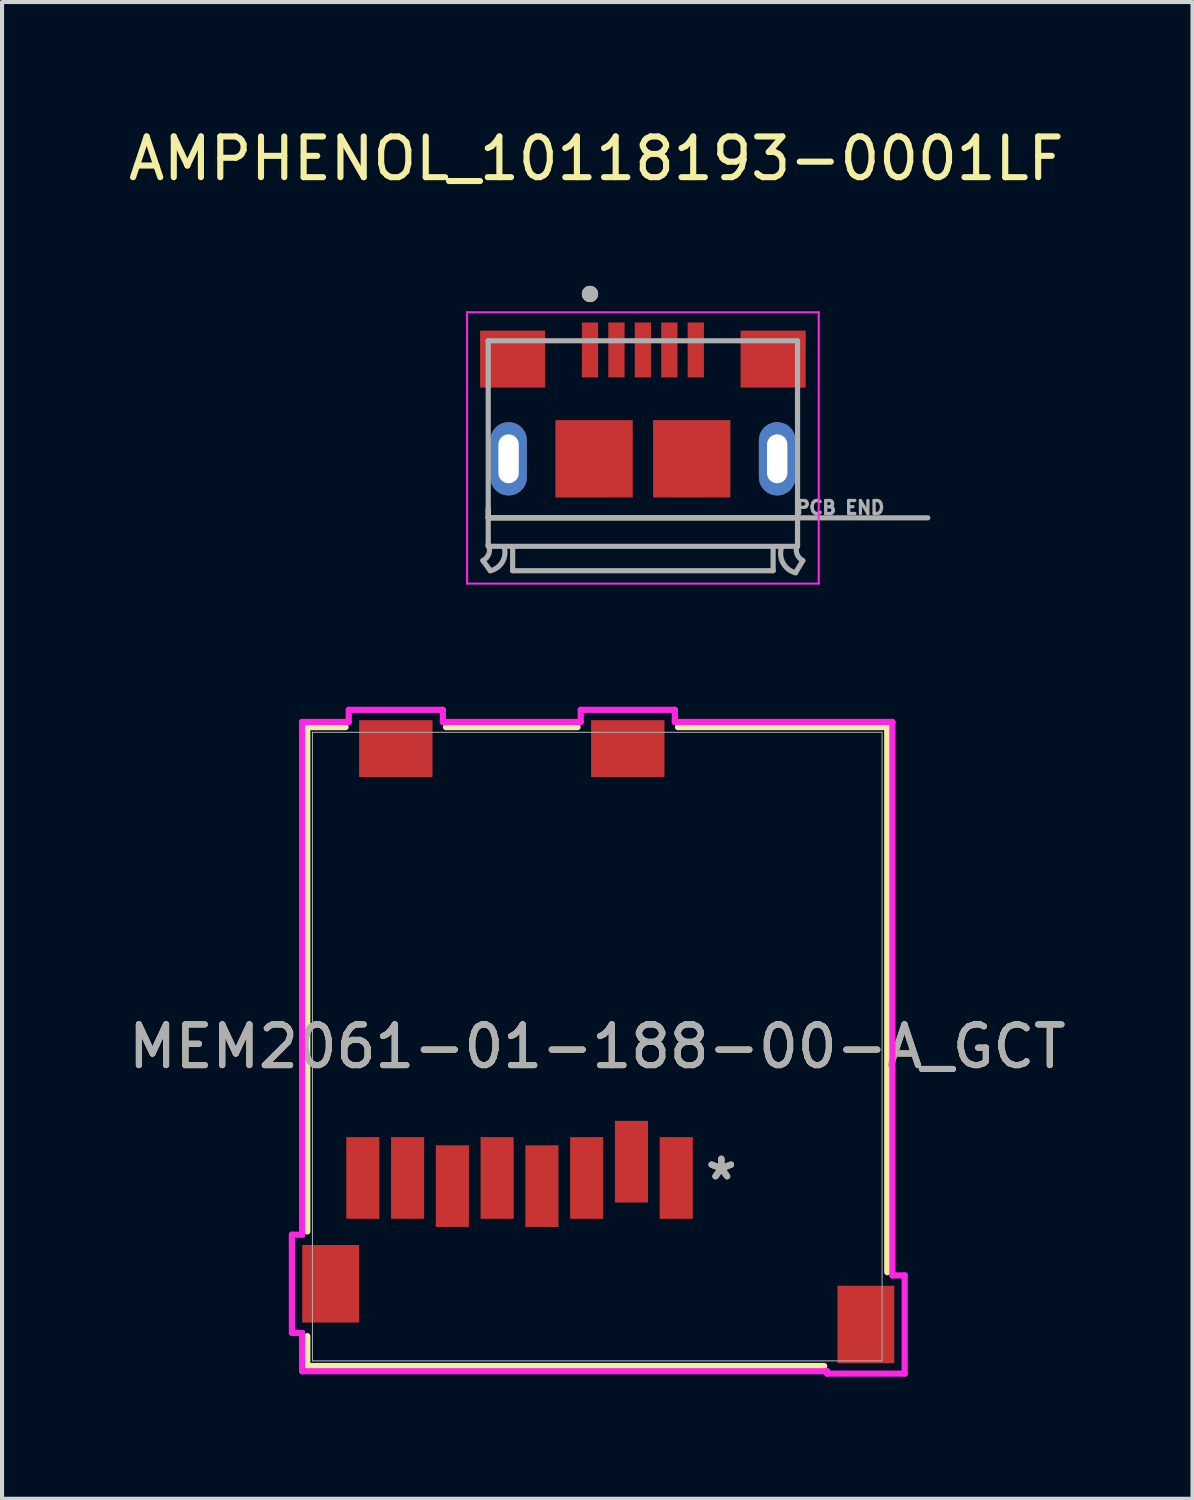
<source format=kicad_pcb>
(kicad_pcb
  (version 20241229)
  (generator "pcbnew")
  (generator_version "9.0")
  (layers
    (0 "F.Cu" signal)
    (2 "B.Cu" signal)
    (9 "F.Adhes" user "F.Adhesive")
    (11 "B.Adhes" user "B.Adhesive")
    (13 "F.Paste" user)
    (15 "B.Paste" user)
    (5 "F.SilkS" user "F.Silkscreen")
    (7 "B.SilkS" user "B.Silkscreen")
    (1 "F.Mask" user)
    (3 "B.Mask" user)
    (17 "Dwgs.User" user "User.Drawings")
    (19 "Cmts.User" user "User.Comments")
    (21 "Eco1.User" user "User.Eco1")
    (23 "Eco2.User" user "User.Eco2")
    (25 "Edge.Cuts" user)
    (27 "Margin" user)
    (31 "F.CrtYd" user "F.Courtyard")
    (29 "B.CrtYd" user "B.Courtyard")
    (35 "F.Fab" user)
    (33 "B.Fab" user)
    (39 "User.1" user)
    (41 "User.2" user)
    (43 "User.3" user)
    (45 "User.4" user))
  (footprint "AMPHENOL_10118193-0001LF"
    (layer "F.Cu")
    (at 12.746 8.223)
    (property "Reference" "AMPHENOL_10118193-0001LF" (at -1.145 -7.375 0) (layer "F.SilkS") (effects (font (size 1 1) (thickness 0.15))))
    (attr smd)
    (fp_line (start -3.8 1.45) (end -3.8 1.22) (stroke (width 0.127) (type solid)) (layer "F.SilkS"))
    (fp_line (start -3.8 1.45) (end 3.8 1.45) (stroke (width 0.127) (type solid)) (layer "F.SilkS"))
    (fp_line (start 3.8 1.45) (end 3.8 1.22) (stroke (width 0.127) (type solid)) (layer "F.SilkS"))
    (fp_circle (center -1.3 -4.05) (end -1.2 -4.05) (stroke (width 0.2) (type solid)) (fill no) (layer "F.SilkS"))
    (fp_line (start -4.32 -3.6) (end -4.32 3.066) (stroke (width 0.05) (type solid)) (layer "F.CrtYd"))
    (fp_line (start -4.32 3.066) (end 4.32 3.066) (stroke (width 0.05) (type solid)) (layer "F.CrtYd"))
    (fp_line (start 4.32 -3.6) (end -4.32 -3.6) (stroke (width 0.05) (type solid)) (layer "F.CrtYd"))
    (fp_line (start 4.32 3.066) (end 4.32 -3.6) (stroke (width 0.05) (type solid)) (layer "F.CrtYd"))
    (fp_line (start -3.93 2.5) (end -3.75 2.75) (stroke (width 0.127) (type solid)) (layer "F.Fab"))
    (fp_line (start -3.8 -2.9) (end 3.8 -2.9) (stroke (width 0.127) (type solid)) (layer "F.Fab"))
    (fp_line (start -3.8 1.45) (end 3.8 1.45) (stroke (width 0.127) (type solid)) (layer "F.Fab"))
    (fp_line (start -3.8 2.1) (end -3.8 -2.9) (stroke (width 0.127) (type solid)) (layer "F.Fab"))
    (fp_line (start -3.8 2.15) (end -3.8 2.1) (stroke (width 0.127) (type solid)) (layer "F.Fab"))
    (fp_line (start -3.2 2.2) (end -3.2 2.75) (stroke (width 0.127) (type solid)) (layer "F.Fab"))
    (fp_line (start -3.2 2.75) (end 3.2 2.75) (stroke (width 0.127) (type solid)) (layer "F.Fab"))
    (fp_line (start 3.2 2.75) (end 3.2 2.2) (stroke (width 0.127) (type solid)) (layer "F.Fab"))
    (fp_line (start 3.8 -2.9) (end 3.8 1.45) (stroke (width 0.127) (type solid)) (layer "F.Fab"))
    (fp_line (start 3.8 1.45) (end 3.8 2.15) (stroke (width 0.127) (type solid)) (layer "F.Fab"))
    (fp_line (start 3.8 1.45) (end 7 1.45) (stroke (width 0.127) (type solid)) (layer "F.Fab"))
    (fp_line (start 3.8 2.15) (end -3.8 2.15) (stroke (width 0.127) (type solid)) (layer "F.Fab"))
    (fp_line (start 3.93 2.5) (end 3.75 2.8) (stroke (width 0.127) (type solid)) (layer "F.Fab"))
    (fp_arc (start -3.8 2.1) (mid -3.782157 2.326924) (end -3.93 2.5) (stroke (width 0.127) (type solid)) (layer "F.Fab"))
    (fp_arc (start -3.4 2.2) (mid -3.461091 2.547487) (end -3.75 2.75) (stroke (width 0.127) (type solid)) (layer "F.Fab"))
    (fp_arc (start 3.75 2.8) (mid 3.450736 2.572487) (end 3.4 2.2) (stroke (width 0.127) (type solid)) (layer "F.Fab"))
    (fp_arc (start 3.93 2.5) (mid 3.782157 2.326924) (end 3.8 2.1) (stroke (width 0.127) (type solid)) (layer "F.Fab"))
    (fp_circle (center -1.3 -4.05) (end -1.2 -4.05) (stroke (width 0.2) (type solid)) (fill no) (layer "F.Fab"))
    (fp_text user "PCB END" (at 4.85 1.2 0) (layer "F.Fab") (effects (font (size 0.32 0.32) (thickness 0.15))))
    (pad "1" smd rect (at -1.3 -2.675) (size 0.4 1.35) (layers "F.Cu" "F.Mask" "F.Paste"))
    (pad "2" smd rect (at -0.65 -2.675) (size 0.4 1.35) (layers "F.Cu" "F.Mask" "F.Paste"))
    (pad "3" smd rect (at 0 -2.675) (size 0.4 1.35) (layers "F.Cu" "F.Mask" "F.Paste"))
    (pad "4" smd rect (at 0.65 -2.675) (size 0.4 1.35) (layers "F.Cu" "F.Mask" "F.Paste"))
    (pad "5" smd rect (at 1.3 -2.675) (size 0.4 1.35) (layers "F.Cu" "F.Mask" "F.Paste"))
    (pad "S1" smd rect (at -3.2 -2.45) (size 1.6 1.4) (layers "F.Cu" "F.Mask" "F.Paste"))
    (pad "S2" smd rect (at 3.2 -2.45) (size 1.6 1.4) (layers "F.Cu" "F.Mask" "F.Paste"))
    (pad "S3" smd rect (at 1.2 0) (size 1.9 1.9) (layers "F.Cu" "F.Mask" "F.Paste"))
    (pad "S4" smd rect (at -1.2 0) (size 1.9 1.9) (layers "F.Cu" "F.Mask" "F.Paste"))
    (pad "S5" thru_hole oval (at -3.3 0) (size 0.9 1.8) (drill oval 0.5 1.2) (layers "*.Cu" "*.Mask"))
    (pad "S6" thru_hole oval (at 3.3 0) (size 0.9 1.8) (drill oval 0.5 1.2) (layers "*.Cu" "*.Mask")))
  (footprint "MEM2061-01-188-00-A_GCT"
    (layer "F.Cu")
    (at 11.625 22.665)
    (property "Reference" "MEM2061-01-188-00-A_GCT" (at 0 0 0) (unlocked yes) (layer "F.SilkS") (effects (font (size 1 1) (thickness 0.15))))
    (attr smd)
    (fp_line (start -7.125 -7.849) (end -7.125 4.543) (stroke (width 0.152) (type solid)) (layer "F.SilkS"))
    (fp_line (start -7.125 7.114) (end -7.125 7.849) (stroke (width 0.152) (type solid)) (layer "F.SilkS"))
    (fp_line (start -7.125 7.849) (end 5.576 7.849) (stroke (width 0.152) (type solid)) (layer "F.SilkS"))
    (fp_line (start -6.184 -7.849) (end -7.125 -7.849) (stroke (width 0.152) (type solid)) (layer "F.SilkS"))
    (fp_line (start -0.484 -7.849) (end -3.716 -7.849) (stroke (width 0.152) (type solid)) (layer "F.SilkS"))
    (fp_line (start 7.125 -7.849) (end 1.984 -7.849) (stroke (width 0.152) (type solid)) (layer "F.SilkS"))
    (fp_line (start 7.125 5.543) (end 7.125 -7.849) (stroke (width 0.152) (type solid)) (layer "F.SilkS"))
    (fp_line (start -7.503 4.622) (end -7.503 7.035) (stroke (width 0.152) (type solid)) (layer "F.CrtYd"))
    (fp_line (start -7.503 7.035) (end -7.252 7.035) (stroke (width 0.152) (type solid)) (layer "F.CrtYd"))
    (fp_line (start -7.252 -7.976) (end -7.252 4.622) (stroke (width 0.152) (type solid)) (layer "F.CrtYd"))
    (fp_line (start -7.252 4.622) (end -7.503 4.622) (stroke (width 0.152) (type solid)) (layer "F.CrtYd"))
    (fp_line (start -7.252 7.035) (end -7.252 7.976) (stroke (width 0.152) (type solid)) (layer "F.CrtYd"))
    (fp_line (start -7.252 7.976) (end 5.648 7.976) (stroke (width 0.152) (type solid)) (layer "F.CrtYd"))
    (fp_line (start -6.106 -8.274) (end -6.106 -7.976) (stroke (width 0.152) (type solid)) (layer "F.CrtYd"))
    (fp_line (start -6.106 -7.976) (end -7.252 -7.976) (stroke (width 0.152) (type solid)) (layer "F.CrtYd"))
    (fp_line (start -3.794 -8.274) (end -6.106 -8.274) (stroke (width 0.152) (type solid)) (layer "F.CrtYd"))
    (fp_line (start -3.794 -7.976) (end -3.794 -8.274) (stroke (width 0.152) (type solid)) (layer "F.CrtYd"))
    (fp_line (start -0.406 -8.274) (end -0.406 -7.976) (stroke (width 0.152) (type solid)) (layer "F.CrtYd"))
    (fp_line (start -0.406 -7.976) (end -3.794 -7.976) (stroke (width 0.152) (type solid)) (layer "F.CrtYd"))
    (fp_line (start 1.906 -8.274) (end -0.406 -8.274) (stroke (width 0.152) (type solid)) (layer "F.CrtYd"))
    (fp_line (start 1.906 -7.976) (end 1.906 -8.274) (stroke (width 0.152) (type solid)) (layer "F.CrtYd"))
    (fp_line (start 5.648 7.976) (end 5.648 8.035) (stroke (width 0.152) (type solid)) (layer "F.CrtYd"))
    (fp_line (start 5.648 8.035) (end 7.553 8.035) (stroke (width 0.152) (type solid)) (layer "F.CrtYd"))
    (fp_line (start 7.252 -7.976) (end 1.906 -7.976) (stroke (width 0.152) (type solid)) (layer "F.CrtYd"))
    (fp_line (start 7.252 5.622) (end 7.252 -7.976) (stroke (width 0.152) (type solid)) (layer "F.CrtYd"))
    (fp_line (start 7.553 5.622) (end 7.252 5.622) (stroke (width 0.152) (type solid)) (layer "F.CrtYd"))
    (fp_line (start 7.553 8.035) (end 7.553 5.622) (stroke (width 0.152) (type solid)) (layer "F.CrtYd"))
    (fp_line (start -6.998 -7.722) (end -6.998 7.722) (stroke (width 0.025) (type solid)) (layer "F.Fab"))
    (fp_line (start -6.998 7.722) (end 6.998 7.722) (stroke (width 0.025) (type solid)) (layer "F.Fab"))
    (fp_line (start 0 -7.722) (end 0 -7.722) (stroke (width 0.025) (type solid)) (layer "F.Fab"))
    (fp_line (start 0 -7.722) (end 0 -7.722) (stroke (width 0.025) (type solid)) (layer "F.Fab"))
    (fp_line (start 0 -7.722) (end 0 -7.722) (stroke (width 0.025) (type solid)) (layer "F.Fab"))
    (fp_line (start 0 -7.722) (end 0 -7.722) (stroke (width 0.025) (type solid)) (layer "F.Fab"))
    (fp_line (start 6.998 -7.722) (end -6.998 -7.722) (stroke (width 0.025) (type solid)) (layer "F.Fab"))
    (fp_line (start 6.998 7.722) (end 6.998 -7.722) (stroke (width 0.025) (type solid)) (layer "F.Fab"))
    (fp_text user "*" (at 3.048 3.302 0) (unlocked yes) (layer "F.SilkS") (effects (font (size 1 1) (thickness 0.15))))
    (fp_text user "*" (at 3.048 3.302 0) (unlocked yes) (layer "F.Fab") (effects (font (size 1 1) (thickness 0.15))))
    (fp_text user "*" (at 3.048 3.302 0) (layer "F.Fab") (effects (font (size 1 1) (thickness 0.15))))
    (fp_text user "${REFERENCE}" (at 0 0 0) (unlocked yes) (layer "F.Fab") (effects (font (size 1 1) (thickness 0.15))))
    (pad "9" smd rect (at -4.95 -7.322) (size 1.803 1.397) (layers "F.Cu" "F.Mask" "F.Paste"))
    (pad "10" smd rect (at 0.75 -7.322) (size 1.803 1.397) (layers "F.Cu" "F.Mask" "F.Paste"))
    (pad "11" smd rect (at -6.55 5.828) (size 1.397 1.905) (layers "F.Cu" "F.Mask" "F.Paste"))
    (pad "12" smd rect (at 6.6 6.828) (size 1.397 1.905) (layers "F.Cu" "F.Mask" "F.Paste"))
    (pad "P1" smd rect (at 1.94 3.228) (size 0.813 2.007) (layers "F.Cu" "F.Mask" "F.Paste"))
    (pad "P2" smd rect (at 0.84 2.828) (size 0.813 2.007) (layers "F.Cu" "F.Mask" "F.Paste"))
    (pad "P3" smd rect (at -0.26 3.228) (size 0.813 2.007) (layers "F.Cu" "F.Mask" "F.Paste"))
    (pad "P4" smd rect (at -1.36 3.428) (size 0.813 2.007) (layers "F.Cu" "F.Mask" "F.Paste"))
    (pad "P5" smd rect (at -2.46 3.228) (size 0.813 2.007) (layers "F.Cu" "F.Mask" "F.Paste"))
    (pad "P6" smd rect (at -3.56 3.428) (size 0.813 2.007) (layers "F.Cu" "F.Mask" "F.Paste"))
    (pad "P7" smd rect (at -4.66 3.228) (size 0.813 2.007) (layers "F.Cu" "F.Mask" "F.Paste"))
    (pad "P8" smd rect (at -5.76 3.228) (size 0.813 2.007) (layers "F.Cu" "F.Mask" "F.Paste")))
  (gr_rect
    (start -3 -3)
    (end 26.25 33.776)
    (stroke (width 0.1) (type default))
    (fill no)
    (layer "Edge.Cuts")))
</source>
